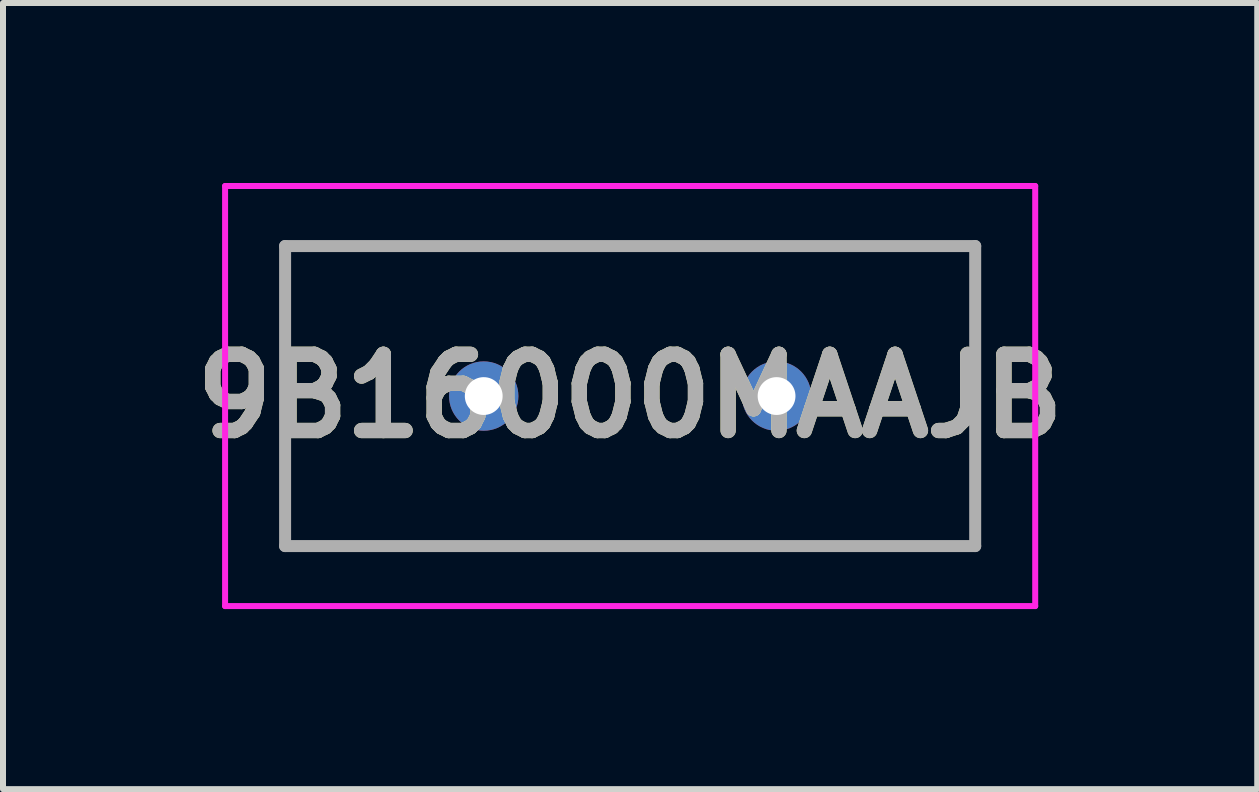
<source format=kicad_pcb>
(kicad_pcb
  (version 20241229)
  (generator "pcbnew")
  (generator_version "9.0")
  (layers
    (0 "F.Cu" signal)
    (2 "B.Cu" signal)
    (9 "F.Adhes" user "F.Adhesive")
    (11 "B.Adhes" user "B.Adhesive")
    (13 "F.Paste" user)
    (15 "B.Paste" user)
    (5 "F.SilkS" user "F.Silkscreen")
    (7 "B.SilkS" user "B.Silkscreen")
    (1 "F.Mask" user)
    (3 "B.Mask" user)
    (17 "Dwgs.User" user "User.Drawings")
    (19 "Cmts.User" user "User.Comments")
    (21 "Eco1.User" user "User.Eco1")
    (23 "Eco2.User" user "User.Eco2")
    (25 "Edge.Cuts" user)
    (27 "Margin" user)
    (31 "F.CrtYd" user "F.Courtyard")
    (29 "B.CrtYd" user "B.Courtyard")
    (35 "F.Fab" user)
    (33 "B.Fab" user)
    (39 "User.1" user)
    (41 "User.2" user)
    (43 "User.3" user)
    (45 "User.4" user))
  (footprint "9B16000MAAJB"
    (layer "F.Cu")
    (at 5.011 3.55)
    (property "Reference" "9B16000MAAJB" (at 2.44 0 0) (layer "F.SilkS") (effects (font (size 1.27 1.27) (thickness 0.254))))
    (attr through_hole)
    (fp_line (start -3.31 -2.5) (end 8.19 -2.5) (stroke (width 0.1) (type solid)) (layer "F.SilkS"))
    (fp_line (start -3.31 2.5) (end -3.31 -2.5) (stroke (width 0.1) (type solid)) (layer "F.SilkS"))
    (fp_line (start 8.19 -2.5) (end 8.19 2.5) (stroke (width 0.1) (type solid)) (layer "F.SilkS"))
    (fp_line (start 8.19 2.5) (end -3.31 2.5) (stroke (width 0.1) (type solid)) (layer "F.SilkS"))
    (fp_line (start -4.31 -3.5) (end 9.19 -3.5) (stroke (width 0.1) (type solid)) (layer "F.CrtYd"))
    (fp_line (start -4.31 3.5) (end -4.31 -3.5) (stroke (width 0.1) (type solid)) (layer "F.CrtYd"))
    (fp_line (start 9.19 -3.5) (end 9.19 3.5) (stroke (width 0.1) (type solid)) (layer "F.CrtYd"))
    (fp_line (start 9.19 3.5) (end -4.31 3.5) (stroke (width 0.1) (type solid)) (layer "F.CrtYd"))
    (fp_line (start -3.31 -2.5) (end -3.31 2.5) (stroke (width 0.2) (type solid)) (layer "F.Fab"))
    (fp_line (start -3.31 2.5) (end 8.19 2.5) (stroke (width 0.2) (type solid)) (layer "F.Fab"))
    (fp_line (start 8.19 -2.5) (end -3.31 -2.5) (stroke (width 0.2) (type solid)) (layer "F.Fab"))
    (fp_line (start 8.19 2.5) (end 8.19 -2.5) (stroke (width 0.2) (type solid)) (layer "F.Fab"))
    (fp_text user "${REFERENCE}" (at 2.44 0 0) (layer "F.Fab") (effects (font (size 1.27 1.27) (thickness 0.254))))
    (pad "1" thru_hole circle (at 0 0) (size 1.155 1.155) (drill 0.63) (layers "*.Cu" "*.Mask"))
    (pad "2" thru_hole circle (at 4.88 0) (size 1.155 1.155) (drill 0.63) (layers "*.Cu" "*.Mask")))
  (gr_rect
    (start -3 -3)
    (end 17.901 10.1)
    (stroke (width 0.1) (type default))
    (fill no)
    (layer "Edge.Cuts")))
</source>
